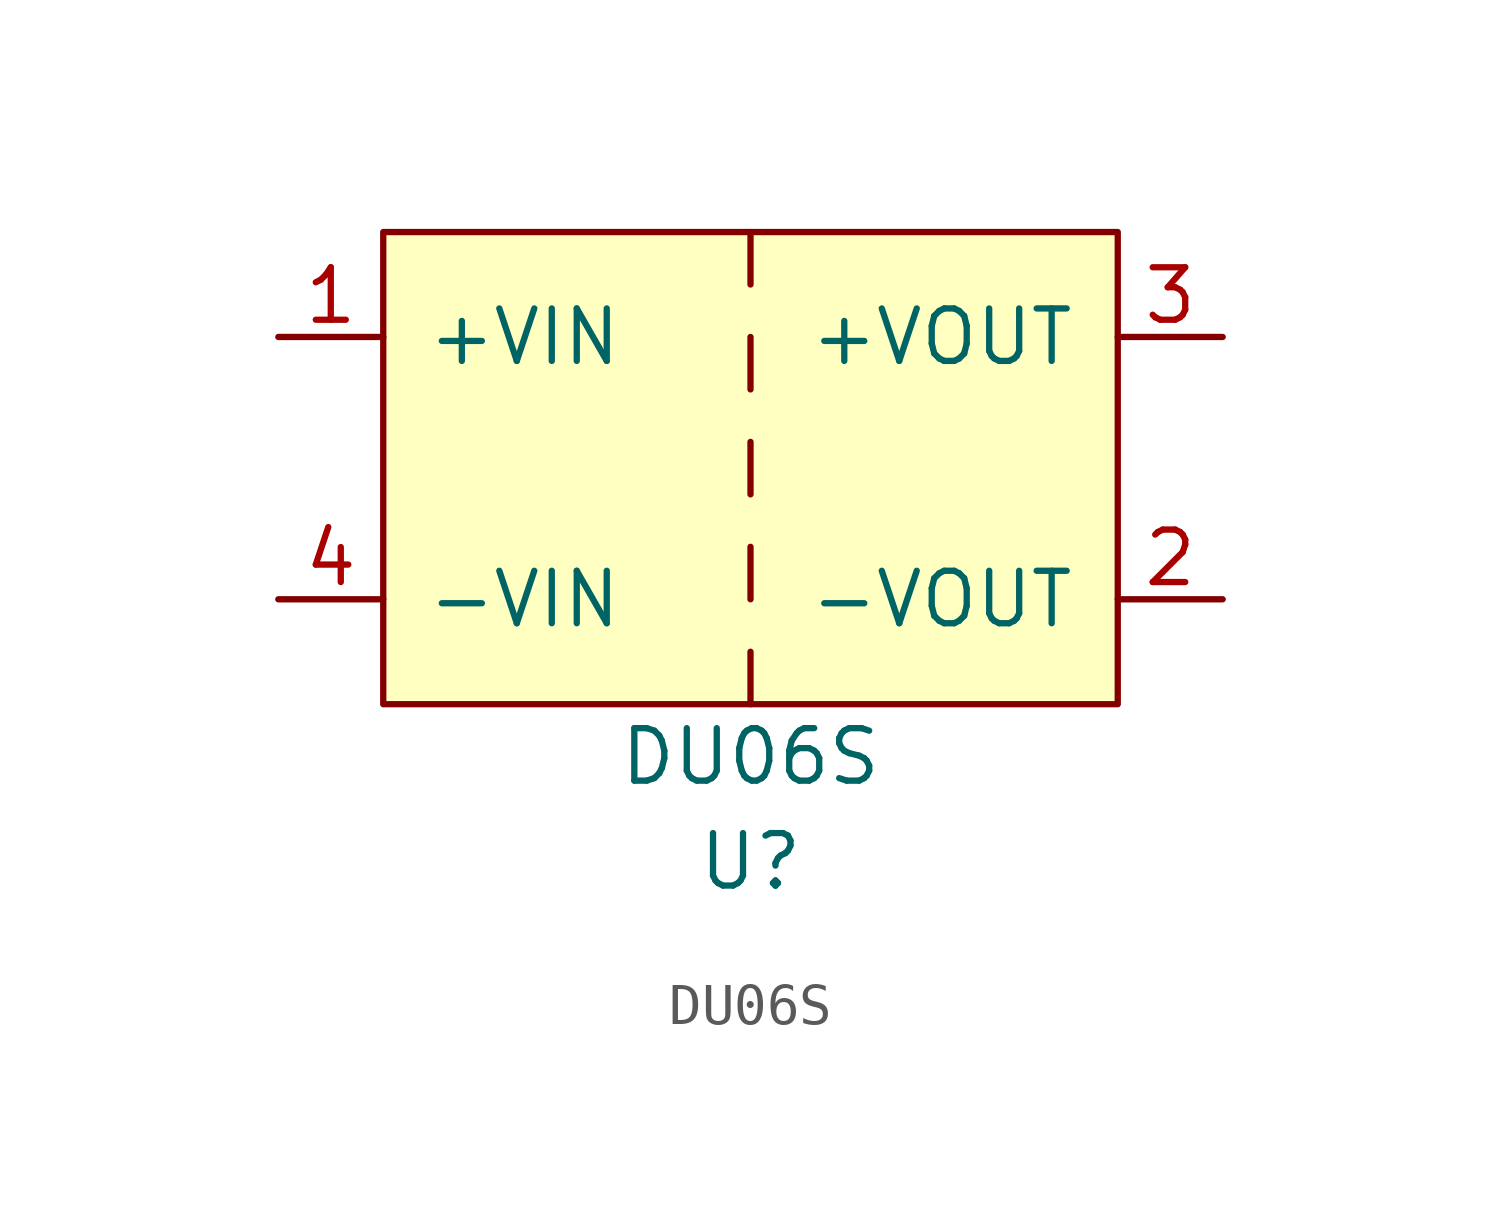
<source format=kicad_sym>
(kicad_symbol_lib
  (version 20211014)
  (generator kicad_symbol_editor)
  (symbol "DU06S"
    (pin_names
      (offset 1.016))
    (property "Reference" "U"
      (at 0 -8.89 0)
      (effects (font (size 1.27 1.27))))
    (property "Value" "DU06S"
      (at 0 -6.35 0)
      (effects (font (size 1.27 1.27))))
    (symbol "DU06S_0_1"
      (rectangle (start -8.89 6.35) (end 8.89 -5.08) (stroke (width 0) (type default) (color 0 0 0 0)) (fill (type background)))
      (polyline (pts (xy 0 -3.81) (xy 0 -5.08)) (stroke (width 0) (type default) (color 0 0 0 0)) (fill (type none)))
      (polyline (pts (xy 0 -1.27) (xy 0 -2.54)) (stroke (width 0) (type default) (color 0 0 0 0)) (fill (type none)))
      (polyline (pts (xy 0 1.27) (xy 0 0)) (stroke (width 0) (type default) (color 0 0 0 0)) (fill (type none)))
      (polyline (pts (xy 0 3.81) (xy 0 2.54)) (stroke (width 0) (type default) (color 0 0 0 0)) (fill (type none)))
      (polyline (pts (xy 0 6.35) (xy 0 5.08)) (stroke (width 0) (type default) (color 0 0 0 0)) (fill (type none))))
    (symbol "DU06S_1_1"
      (pin power_in line (at -11.43 3.81 0) (length 2.54) (name "+VIN" (effects (font (size 1.27 1.27)))) (number "1" (effects (font (size 1.27 1.27)))))
      (pin power_out line (at 11.43 -2.54 180) (length 2.54) (name "-VOUT" (effects (font (size 1.27 1.27)))) (number "2" (effects (font (size 1.27 1.27)))))
      (pin power_out line (at 11.43 3.81 180) (length 2.54) (name "+VOUT" (effects (font (size 1.27 1.27)))) (number "3" (effects (font (size 1.27 1.27)))))
      (pin power_in line (at -11.43 -2.54 0) (length 2.54) (name "-VIN" (effects (font (size 1.27 1.27)))) (number "4" (effects (font (size 1.27 1.27))))))))
</source>
